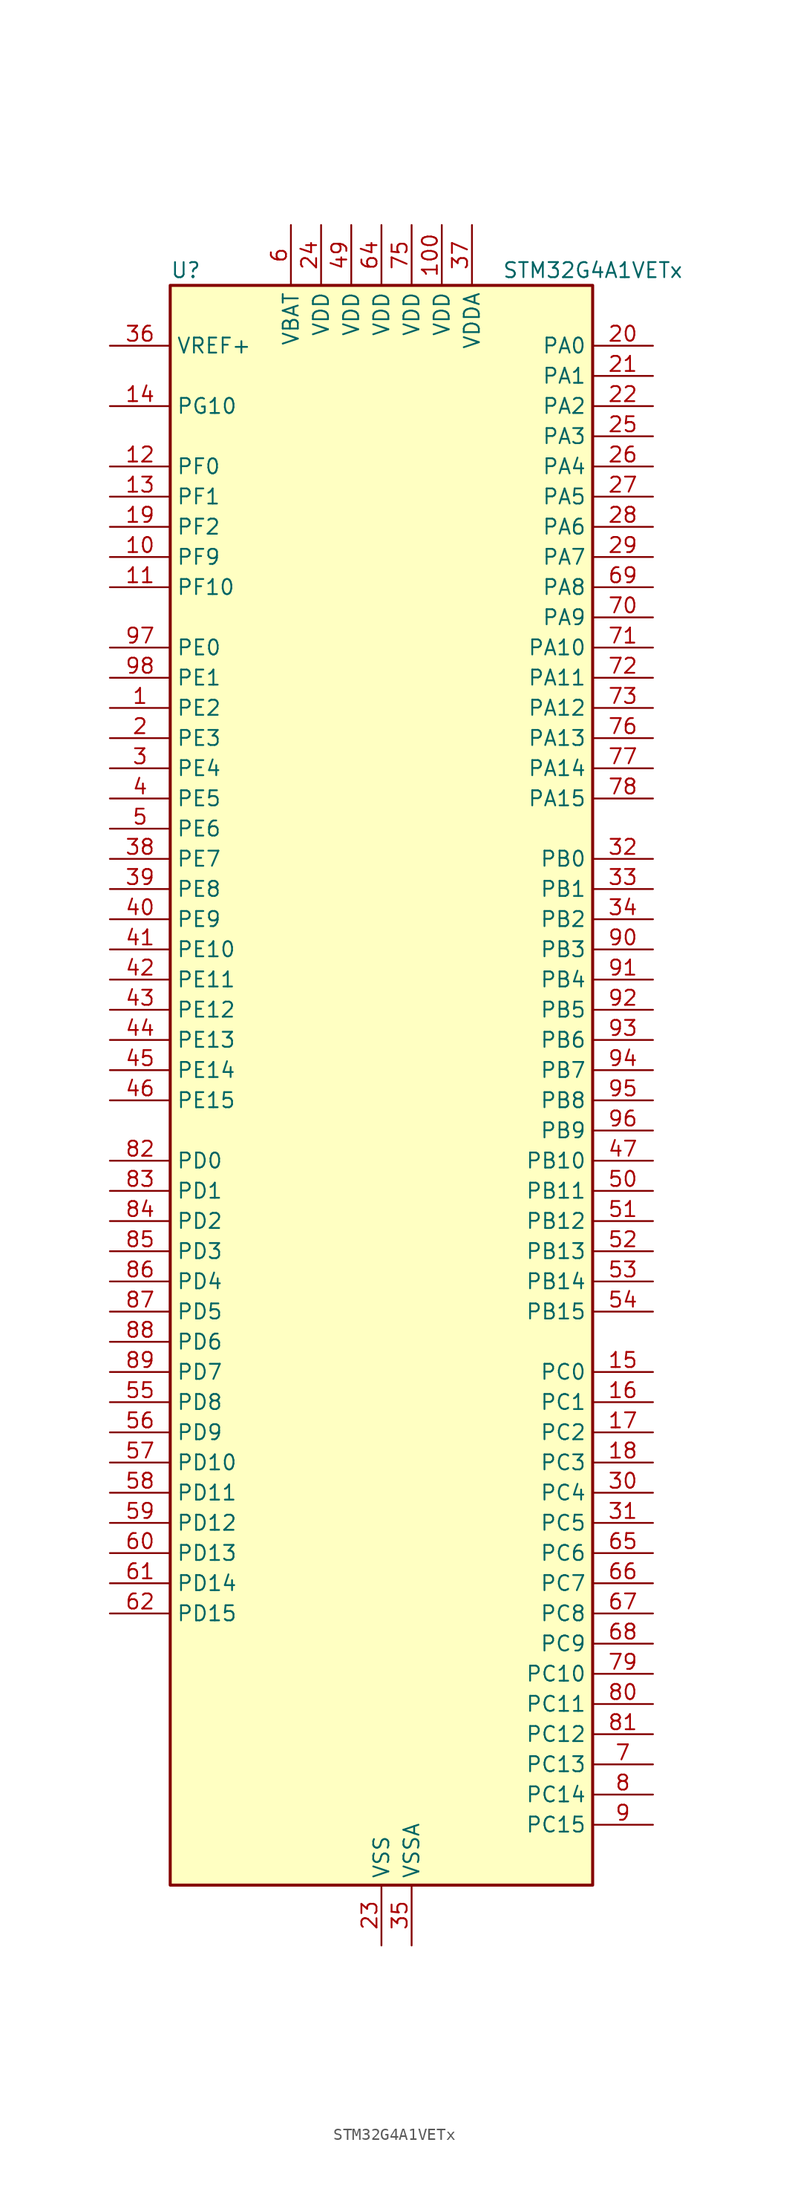
<source format=kicad_sym>
(kicad_symbol_lib
  (version 20241209)
  (generator "kicad_symbol_editor")
  (generator_version "9.0")
  (symbol "STM32G4A1VETx"
    (property "Reference" "U"
      (at -17.78 69.85 0)
      (effects (font (size 1.27 1.27)) (justify left)))
    (property "Value" "STM32G4A1VETx"
      (at 10.16 69.85 0)
      (effects (font (size 1.27 1.27)) (justify left)))
    (symbol "STM32G4A1VETx_0_1"
      (rectangle (start -17.78 -66.04) (end 17.78 68.58) (stroke (width 0.254) (type default)) (fill (type background))))
    (symbol "STM32G4A1VETx_1_1"
      (pin input line (at -22.86 63.5 0) (length 5.08) (name "VREF+" (effects (font (size 1.27 1.27)))) (number "36" (effects (font (size 1.27 1.27)))) (alternate "VREFBUF_OUT" bidirectional line))
      (pin bidirectional line (at -22.86 58.42 0) (length 5.08) (name "PG10" (effects (font (size 1.27 1.27)))) (number "14" (effects (font (size 1.27 1.27)))) (alternate "DAC1_EXTI10" bidirectional line) (alternate "DAC3_EXTI10" bidirectional line) (alternate "RCC_MCO" bidirectional line))
      (pin bidirectional line (at -22.86 53.34 0) (length 5.08) (name "PF0" (effects (font (size 1.27 1.27)))) (number "12" (effects (font (size 1.27 1.27)))) (alternate "ADC1_IN10" bidirectional line) (alternate "I2C2_SDA" bidirectional line) (alternate "I2S2_WS" bidirectional line) (alternate "RCC_OSC_IN" bidirectional line) (alternate "SPI2_NSS" bidirectional line) (alternate "TIM1_CH3N" bidirectional line))
      (pin bidirectional line (at -22.86 50.8 0) (length 5.08) (name "PF1" (effects (font (size 1.27 1.27)))) (number "13" (effects (font (size 1.27 1.27)))) (alternate "ADC2_IN10" bidirectional line) (alternate "COMP3_INM" bidirectional line) (alternate "I2S2_CK" bidirectional line) (alternate "RCC_OSC_OUT" bidirectional line) (alternate "SPI2_SCK" bidirectional line))
      (pin bidirectional line (at -22.86 48.26 0) (length 5.08) (name "PF2" (effects (font (size 1.27 1.27)))) (number "19" (effects (font (size 1.27 1.27)))) (alternate "ADC3_EXTI2" bidirectional line) (alternate "I2C2_SMBA" bidirectional line) (alternate "TIM20_CH3" bidirectional line))
      (pin bidirectional line (at -22.86 45.72 0) (length 5.08) (name "PF9" (effects (font (size 1.27 1.27)))) (number "10" (effects (font (size 1.27 1.27)))) (alternate "DAC1_EXTI9" bidirectional line) (alternate "DAC3_EXTI9" bidirectional line) (alternate "QUADSPI1_BK1_IO1" bidirectional line) (alternate "SAI1_FS_B" bidirectional line) (alternate "SPI2_SCK" bidirectional line) (alternate "TIM15_CH1" bidirectional line) (alternate "TIM20_BKIN" bidirectional line))
      (pin bidirectional line (at -22.86 43.18 0) (length 5.08) (name "PF10" (effects (font (size 1.27 1.27)))) (number "11" (effects (font (size 1.27 1.27)))) (alternate "DAC1_EXTI10" bidirectional line) (alternate "DAC3_EXTI10" bidirectional line) (alternate "QUADSPI1_CLK" bidirectional line) (alternate "SAI1_D3" bidirectional line) (alternate "SPI2_SCK" bidirectional line) (alternate "TIM15_CH2" bidirectional line) (alternate "TIM20_BKIN2" bidirectional line))
      (pin bidirectional line (at -22.86 38.1 0) (length 5.08) (name "PE0" (effects (font (size 1.27 1.27)))) (number "97" (effects (font (size 1.27 1.27)))) (alternate "TIM16_CH1" bidirectional line) (alternate "TIM20_CH4N" bidirectional line) (alternate "TIM20_ETR" bidirectional line) (alternate "TIM4_ETR" bidirectional line) (alternate "USART1_TX" bidirectional line))
      (pin bidirectional line (at -22.86 35.56 0) (length 5.08) (name "PE1" (effects (font (size 1.27 1.27)))) (number "98" (effects (font (size 1.27 1.27)))) (alternate "TIM17_CH1" bidirectional line) (alternate "TIM20_CH4" bidirectional line) (alternate "USART1_RX" bidirectional line))
      (pin bidirectional line (at -22.86 33.02 0) (length 5.08) (name "PE2" (effects (font (size 1.27 1.27)))) (number "1" (effects (font (size 1.27 1.27)))) (alternate "ADC3_EXTI2" bidirectional line) (alternate "SAI1_CK1" bidirectional line) (alternate "SAI1_MCLK_A" bidirectional line) (alternate "SYS_TRACECLK" bidirectional line) (alternate "TIM20_CH1" bidirectional line) (alternate "TIM3_CH1" bidirectional line))
      (pin bidirectional line (at -22.86 30.48 0) (length 5.08) (name "PE3" (effects (font (size 1.27 1.27)))) (number "2" (effects (font (size 1.27 1.27)))) (alternate "ADC3_EXTI3" bidirectional line) (alternate "SAI1_SD_B" bidirectional line) (alternate "SYS_TRACED0" bidirectional line) (alternate "TIM20_CH2" bidirectional line) (alternate "TIM3_CH2" bidirectional line))
      (pin bidirectional line (at -22.86 27.94 0) (length 5.08) (name "PE4" (effects (font (size 1.27 1.27)))) (number "3" (effects (font (size 1.27 1.27)))) (alternate "SAI1_D2" bidirectional line) (alternate "SAI1_FS_A" bidirectional line) (alternate "SYS_TRACED1" bidirectional line) (alternate "TIM20_CH1N" bidirectional line) (alternate "TIM3_CH3" bidirectional line))
      (pin bidirectional line (at -22.86 25.4 0) (length 5.08) (name "PE5" (effects (font (size 1.27 1.27)))) (number "4" (effects (font (size 1.27 1.27)))) (alternate "SAI1_CK2" bidirectional line) (alternate "SAI1_SCK_A" bidirectional line) (alternate "SYS_TRACED2" bidirectional line) (alternate "TIM20_CH2N" bidirectional line) (alternate "TIM3_CH4" bidirectional line))
      (pin bidirectional line (at -22.86 22.86 0) (length 5.08) (name "PE6" (effects (font (size 1.27 1.27)))) (number "5" (effects (font (size 1.27 1.27)))) (alternate "RTC_TAMP3" bidirectional line) (alternate "SAI1_D1" bidirectional line) (alternate "SAI1_SD_A" bidirectional line) (alternate "SYS_TRACED3" bidirectional line) (alternate "SYS_WKUP3" bidirectional line) (alternate "TIM20_CH3N" bidirectional line))
      (pin bidirectional line (at -22.86 20.32 0) (length 5.08) (name "PE7" (effects (font (size 1.27 1.27)))) (number "38" (effects (font (size 1.27 1.27)))) (alternate "ADC3_IN4" bidirectional line) (alternate "COMP4_INP" bidirectional line) (alternate "SAI1_SD_B" bidirectional line) (alternate "TIM1_ETR" bidirectional line))
      (pin bidirectional line (at -22.86 17.78 0) (length 5.08) (name "PE8" (effects (font (size 1.27 1.27)))) (number "39" (effects (font (size 1.27 1.27)))) (alternate "ADC3_IN6" bidirectional line) (alternate "COMP4_INM" bidirectional line) (alternate "SAI1_SCK_B" bidirectional line) (alternate "TIM1_CH1N" bidirectional line))
      (pin bidirectional line (at -22.86 15.24 0) (length 5.08) (name "PE9" (effects (font (size 1.27 1.27)))) (number "40" (effects (font (size 1.27 1.27)))) (alternate "ADC3_IN2" bidirectional line) (alternate "DAC1_EXTI9" bidirectional line) (alternate "DAC3_EXTI9" bidirectional line) (alternate "SAI1_FS_B" bidirectional line) (alternate "TIM1_CH1" bidirectional line))
      (pin bidirectional line (at -22.86 12.7 0) (length 5.08) (name "PE10" (effects (font (size 1.27 1.27)))) (number "41" (effects (font (size 1.27 1.27)))) (alternate "ADC3_IN14" bidirectional line) (alternate "DAC1_EXTI10" bidirectional line) (alternate "DAC3_EXTI10" bidirectional line) (alternate "QUADSPI1_CLK" bidirectional line) (alternate "SAI1_MCLK_B" bidirectional line) (alternate "TIM1_CH2N" bidirectional line))
      (pin bidirectional line (at -22.86 10.16 0) (length 5.08) (name "PE11" (effects (font (size 1.27 1.27)))) (number "42" (effects (font (size 1.27 1.27)))) (alternate "ADC1_EXTI11" bidirectional line) (alternate "ADC2_EXTI11" bidirectional line) (alternate "ADC3_IN15" bidirectional line) (alternate "QUADSPI1_BK1_NCS" bidirectional line) (alternate "TIM1_CH2" bidirectional line))
      (pin bidirectional line (at -22.86 7.62 0) (length 5.08) (name "PE12" (effects (font (size 1.27 1.27)))) (number "43" (effects (font (size 1.27 1.27)))) (alternate "ADC3_IN16" bidirectional line) (alternate "QUADSPI1_BK1_IO0" bidirectional line) (alternate "TIM1_CH3N" bidirectional line))
      (pin bidirectional line (at -22.86 5.08 0) (length 5.08) (name "PE13" (effects (font (size 1.27 1.27)))) (number "44" (effects (font (size 1.27 1.27)))) (alternate "ADC3_IN3" bidirectional line) (alternate "QUADSPI1_BK1_IO1" bidirectional line) (alternate "TIM1_CH3" bidirectional line))
      (pin bidirectional line (at -22.86 2.54 0) (length 5.08) (name "PE14" (effects (font (size 1.27 1.27)))) (number "45" (effects (font (size 1.27 1.27)))) (alternate "QUADSPI1_BK1_IO2" bidirectional line) (alternate "TIM1_BKIN2" bidirectional line) (alternate "TIM1_CH4" bidirectional line))
      (pin bidirectional line (at -22.86 0 0) (length 5.08) (name "PE15" (effects (font (size 1.27 1.27)))) (number "46" (effects (font (size 1.27 1.27)))) (alternate "ADC1_EXTI15" bidirectional line) (alternate "ADC2_EXTI15" bidirectional line) (alternate "QUADSPI1_BK1_IO3" bidirectional line) (alternate "TIM1_BKIN" bidirectional line) (alternate "TIM1_CH4N" bidirectional line) (alternate "USART3_RX" bidirectional line))
      (pin bidirectional line (at -22.86 -5.08 0) (length 5.08) (name "PD0" (effects (font (size 1.27 1.27)))) (number "82" (effects (font (size 1.27 1.27)))) (alternate "FDCAN1_RX" bidirectional line) (alternate "TIM8_CH4N" bidirectional line))
      (pin bidirectional line (at -22.86 -7.62 0) (length 5.08) (name "PD1" (effects (font (size 1.27 1.27)))) (number "83" (effects (font (size 1.27 1.27)))) (alternate "FDCAN1_TX" bidirectional line) (alternate "TIM8_BKIN2" bidirectional line) (alternate "TIM8_CH4" bidirectional line))
      (pin bidirectional line (at -22.86 -10.16 0) (length 5.08) (name "PD2" (effects (font (size 1.27 1.27)))) (number "84" (effects (font (size 1.27 1.27)))) (alternate "ADC3_EXTI2" bidirectional line) (alternate "TIM3_ETR" bidirectional line) (alternate "TIM8_BKIN" bidirectional line) (alternate "UART5_RX" bidirectional line))
      (pin bidirectional line (at -22.86 -12.7 0) (length 5.08) (name "PD3" (effects (font (size 1.27 1.27)))) (number "85" (effects (font (size 1.27 1.27)))) (alternate "ADC3_EXTI3" bidirectional line) (alternate "QUADSPI1_BK2_NCS" bidirectional line) (alternate "TIM2_CH1" bidirectional line) (alternate "TIM2_ETR" bidirectional line) (alternate "USART2_CTS" bidirectional line) (alternate "USART2_NSS" bidirectional line))
      (pin bidirectional line (at -22.86 -15.24 0) (length 5.08) (name "PD4" (effects (font (size 1.27 1.27)))) (number "86" (effects (font (size 1.27 1.27)))) (alternate "QUADSPI1_BK2_IO0" bidirectional line) (alternate "TIM2_CH2" bidirectional line) (alternate "USART2_DE" bidirectional line) (alternate "USART2_RTS" bidirectional line))
      (pin bidirectional line (at -22.86 -17.78 0) (length 5.08) (name "PD5" (effects (font (size 1.27 1.27)))) (number "87" (effects (font (size 1.27 1.27)))) (alternate "QUADSPI1_BK2_IO1" bidirectional line) (alternate "USART2_TX" bidirectional line))
      (pin bidirectional line (at -22.86 -20.32 0) (length 5.08) (name "PD6" (effects (font (size 1.27 1.27)))) (number "88" (effects (font (size 1.27 1.27)))) (alternate "QUADSPI1_BK2_IO2" bidirectional line) (alternate "SAI1_D1" bidirectional line) (alternate "SAI1_SD_A" bidirectional line) (alternate "TIM2_CH4" bidirectional line) (alternate "USART2_RX" bidirectional line))
      (pin bidirectional line (at -22.86 -22.86 0) (length 5.08) (name "PD7" (effects (font (size 1.27 1.27)))) (number "89" (effects (font (size 1.27 1.27)))) (alternate "QUADSPI1_BK2_IO3" bidirectional line) (alternate "TIM2_CH3" bidirectional line) (alternate "USART2_CK" bidirectional line))
      (pin bidirectional line (at -22.86 -25.4 0) (length 5.08) (name "PD8" (effects (font (size 1.27 1.27)))) (number "55" (effects (font (size 1.27 1.27)))) (alternate "USART3_TX" bidirectional line))
      (pin bidirectional line (at -22.86 -27.94 0) (length 5.08) (name "PD9" (effects (font (size 1.27 1.27)))) (number "56" (effects (font (size 1.27 1.27)))) (alternate "DAC1_EXTI9" bidirectional line) (alternate "DAC3_EXTI9" bidirectional line) (alternate "OPAMP6_VINP" bidirectional line) (alternate "OPAMP6_VINP_SEC" bidirectional line) (alternate "USART3_RX" bidirectional line))
      (pin bidirectional line (at -22.86 -30.48 0) (length 5.08) (name "PD10" (effects (font (size 1.27 1.27)))) (number "57" (effects (font (size 1.27 1.27)))) (alternate "ADC3_IN7" bidirectional line) (alternate "DAC1_EXTI10" bidirectional line) (alternate "DAC3_EXTI10" bidirectional line) (alternate "USART3_CK" bidirectional line))
      (pin bidirectional line (at -22.86 -33.02 0) (length 5.08) (name "PD11" (effects (font (size 1.27 1.27)))) (number "58" (effects (font (size 1.27 1.27)))) (alternate "ADC1_EXTI11" bidirectional line) (alternate "ADC2_EXTI11" bidirectional line) (alternate "ADC3_IN8" bidirectional line) (alternate "USART3_CTS" bidirectional line) (alternate "USART3_NSS" bidirectional line))
      (pin bidirectional line (at -22.86 -35.56 0) (length 5.08) (name "PD12" (effects (font (size 1.27 1.27)))) (number "59" (effects (font (size 1.27 1.27)))) (alternate "ADC3_IN9" bidirectional line) (alternate "TIM4_CH1" bidirectional line) (alternate "USART3_DE" bidirectional line) (alternate "USART3_RTS" bidirectional line))
      (pin bidirectional line (at -22.86 -38.1 0) (length 5.08) (name "PD13" (effects (font (size 1.27 1.27)))) (number "60" (effects (font (size 1.27 1.27)))) (alternate "ADC3_IN10" bidirectional line) (alternate "TIM4_CH2" bidirectional line))
      (pin bidirectional line (at -22.86 -40.64 0) (length 5.08) (name "PD14" (effects (font (size 1.27 1.27)))) (number "61" (effects (font (size 1.27 1.27)))) (alternate "ADC3_IN11" bidirectional line) (alternate "OPAMP2_VINP" bidirectional line) (alternate "OPAMP2_VINP_SEC" bidirectional line) (alternate "TIM4_CH3" bidirectional line))
      (pin bidirectional line (at -22.86 -43.18 0) (length 5.08) (name "PD15" (effects (font (size 1.27 1.27)))) (number "62" (effects (font (size 1.27 1.27)))) (alternate "ADC1_EXTI15" bidirectional line) (alternate "ADC2_EXTI15" bidirectional line) (alternate "SPI2_NSS" bidirectional line) (alternate "TIM4_CH4" bidirectional line))
      (pin power_in line (at -7.62 73.66 270) (length 5.08) (name "VBAT" (effects (font (size 1.27 1.27)))) (number "6" (effects (font (size 1.27 1.27)))))
      (pin power_in line (at -5.08 73.66 270) (length 5.08) (name "VDD" (effects (font (size 1.27 1.27)))) (number "24" (effects (font (size 1.27 1.27)))))
      (pin power_in line (at -2.54 73.66 270) (length 5.08) (name "VDD" (effects (font (size 1.27 1.27)))) (number "49" (effects (font (size 1.27 1.27)))))
      (pin power_in line (at 0 73.66 270) (length 5.08) (name "VDD" (effects (font (size 1.27 1.27)))) (number "64" (effects (font (size 1.27 1.27)))))
      (pin power_in line (at 0 -71.12 90) (length 5.08) (name "VSS" (effects (font (size 1.27 1.27)))) (number "23" (effects (font (size 1.27 1.27)))))
      (pin passive line (at 0 -71.12 90) (length 5.08) (hide yes) (name "VSS" (effects (font (size 1.27 1.27)))) (number "48" (effects (font (size 1.27 1.27)))))
      (pin passive line (at 0 -71.12 90) (length 5.08) (hide yes) (name "VSS" (effects (font (size 1.27 1.27)))) (number "63" (effects (font (size 1.27 1.27)))))
      (pin passive line (at 0 -71.12 90) (length 5.08) (hide yes) (name "VSS" (effects (font (size 1.27 1.27)))) (number "74" (effects (font (size 1.27 1.27)))))
      (pin passive line (at 0 -71.12 90) (length 5.08) (hide yes) (name "VSS" (effects (font (size 1.27 1.27)))) (number "99" (effects (font (size 1.27 1.27)))))
      (pin power_in line (at 2.54 73.66 270) (length 5.08) (name "VDD" (effects (font (size 1.27 1.27)))) (number "75" (effects (font (size 1.27 1.27)))))
      (pin power_in line (at 2.54 -71.12 90) (length 5.08) (name "VSSA" (effects (font (size 1.27 1.27)))) (number "35" (effects (font (size 1.27 1.27)))))
      (pin power_in line (at 5.08 73.66 270) (length 5.08) (name "VDD" (effects (font (size 1.27 1.27)))) (number "100" (effects (font (size 1.27 1.27)))))
      (pin power_in line (at 7.62 73.66 270) (length 5.08) (name "VDDA" (effects (font (size 1.27 1.27)))) (number "37" (effects (font (size 1.27 1.27)))))
      (pin bidirectional line (at 22.86 63.5 180) (length 5.08) (name "PA0" (effects (font (size 1.27 1.27)))) (number "20" (effects (font (size 1.27 1.27)))) (alternate "ADC1_IN1" bidirectional line) (alternate "ADC2_IN1" bidirectional line) (alternate "COMP1_INM" bidirectional line) (alternate "COMP1_OUT" bidirectional line) (alternate "COMP3_INP" bidirectional line) (alternate "RTC_TAMP2" bidirectional line) (alternate "SYS_WKUP1" bidirectional line) (alternate "TIM2_CH1" bidirectional line) (alternate "TIM2_ETR" bidirectional line) (alternate "TIM8_BKIN" bidirectional line) (alternate "TIM8_ETR" bidirectional line) (alternate "USART2_CTS" bidirectional line) (alternate "USART2_NSS" bidirectional line))
      (pin bidirectional line (at 22.86 60.96 180) (length 5.08) (name "PA1" (effects (font (size 1.27 1.27)))) (number "21" (effects (font (size 1.27 1.27)))) (alternate "ADC1_IN2" bidirectional line) (alternate "ADC2_IN2" bidirectional line) (alternate "COMP1_INP" bidirectional line) (alternate "OPAMP1_VINP" bidirectional line) (alternate "OPAMP1_VINP_SEC" bidirectional line) (alternate "OPAMP3_VINP" bidirectional line) (alternate "OPAMP3_VINP_SEC" bidirectional line) (alternate "OPAMP6_VINM" bidirectional line) (alternate "OPAMP6_VINM0" bidirectional line) (alternate "OPAMP6_VINM_SEC" bidirectional line) (alternate "RTC_REFIN" bidirectional line) (alternate "TIM15_CH1N" bidirectional line) (alternate "TIM2_CH2" bidirectional line) (alternate "USART2_DE" bidirectional line) (alternate "USART2_RTS" bidirectional line))
      (pin bidirectional line (at 22.86 58.42 180) (length 5.08) (name "PA2" (effects (font (size 1.27 1.27)))) (number "22" (effects (font (size 1.27 1.27)))) (alternate "ADC1_IN3" bidirectional line) (alternate "ADC3_EXTI2" bidirectional line) (alternate "COMP2_INM" bidirectional line) (alternate "COMP2_OUT" bidirectional line) (alternate "LPUART1_TX" bidirectional line) (alternate "OPAMP1_VOUT" bidirectional line) (alternate "QUADSPI1_BK1_NCS" bidirectional line) (alternate "RCC_LSCO" bidirectional line) (alternate "SYS_WKUP4" bidirectional line) (alternate "TIM15_CH1" bidirectional line) (alternate "TIM2_CH3" bidirectional line) (alternate "UCPD1_FRSTX1" bidirectional line) (alternate "UCPD1_FRSTX2" bidirectional line) (alternate "USART2_TX" bidirectional line))
      (pin bidirectional line (at 22.86 55.88 180) (length 5.08) (name "PA3" (effects (font (size 1.27 1.27)))) (number "25" (effects (font (size 1.27 1.27)))) (alternate "ADC1_IN4" bidirectional line) (alternate "ADC3_EXTI3" bidirectional line) (alternate "COMP2_INP" bidirectional line) (alternate "LPUART1_RX" bidirectional line) (alternate "OPAMP1_VINM" bidirectional line) (alternate "OPAMP1_VINM0" bidirectional line) (alternate "OPAMP1_VINM_SEC" bidirectional line) (alternate "OPAMP1_VINP" bidirectional line) (alternate "OPAMP1_VINP_SEC" bidirectional line) (alternate "QUADSPI1_CLK" bidirectional line) (alternate "SAI1_CK1" bidirectional line) (alternate "SAI1_MCLK_A" bidirectional line) (alternate "TIM15_CH2" bidirectional line) (alternate "TIM2_CH4" bidirectional line) (alternate "USART2_RX" bidirectional line))
      (pin bidirectional line (at 22.86 53.34 180) (length 5.08) (name "PA4" (effects (font (size 1.27 1.27)))) (number "26" (effects (font (size 1.27 1.27)))) (alternate "ADC2_IN17" bidirectional line) (alternate "COMP1_INM" bidirectional line) (alternate "DAC1_OUT1" bidirectional line) (alternate "I2S3_WS" bidirectional line) (alternate "SAI1_FS_B" bidirectional line) (alternate "SPI1_NSS" bidirectional line) (alternate "SPI3_NSS" bidirectional line) (alternate "TIM3_CH2" bidirectional line) (alternate "USART2_CK" bidirectional line))
      (pin bidirectional line (at 22.86 50.8 180) (length 5.08) (name "PA5" (effects (font (size 1.27 1.27)))) (number "27" (effects (font (size 1.27 1.27)))) (alternate "ADC2_IN13" bidirectional line) (alternate "COMP2_INM" bidirectional line) (alternate "DAC1_OUT2" bidirectional line) (alternate "OPAMP2_VINM" bidirectional line) (alternate "OPAMP2_VINM0" bidirectional line) (alternate "OPAMP2_VINM_SEC" bidirectional line) (alternate "SPI1_SCK" bidirectional line) (alternate "TIM2_CH1" bidirectional line) (alternate "TIM2_ETR" bidirectional line) (alternate "UCPD1_FRSTX1" bidirectional line) (alternate "UCPD1_FRSTX2" bidirectional line))
      (pin bidirectional line (at 22.86 48.26 180) (length 5.08) (name "PA6" (effects (font (size 1.27 1.27)))) (number "28" (effects (font (size 1.27 1.27)))) (alternate "ADC2_IN3" bidirectional line) (alternate "COMP1_OUT" bidirectional line) (alternate "LPUART1_CTS" bidirectional line) (alternate "OPAMP2_VOUT" bidirectional line) (alternate "QUADSPI1_BK1_IO3" bidirectional line) (alternate "SPI1_MISO" bidirectional line) (alternate "TIM16_CH1" bidirectional line) (alternate "TIM1_BKIN" bidirectional line) (alternate "TIM3_CH1" bidirectional line) (alternate "TIM8_BKIN" bidirectional line))
      (pin bidirectional line (at 22.86 45.72 180) (length 5.08) (name "PA7" (effects (font (size 1.27 1.27)))) (number "29" (effects (font (size 1.27 1.27)))) (alternate "ADC2_IN4" bidirectional line) (alternate "COMP2_INP" bidirectional line) (alternate "COMP2_OUT" bidirectional line) (alternate "OPAMP1_VINP" bidirectional line) (alternate "OPAMP1_VINP_SEC" bidirectional line) (alternate "OPAMP2_VINP" bidirectional line) (alternate "OPAMP2_VINP_SEC" bidirectional line) (alternate "QUADSPI1_BK1_IO2" bidirectional line) (alternate "SPI1_MOSI" bidirectional line) (alternate "TIM17_CH1" bidirectional line) (alternate "TIM1_CH1N" bidirectional line) (alternate "TIM3_CH2" bidirectional line) (alternate "TIM8_CH1N" bidirectional line) (alternate "UCPD1_FRSTX1" bidirectional line) (alternate "UCPD1_FRSTX2" bidirectional line))
      (pin bidirectional line (at 22.86 43.18 180) (length 5.08) (name "PA8" (effects (font (size 1.27 1.27)))) (number "69" (effects (font (size 1.27 1.27)))) (alternate "I2C2_SDA" bidirectional line) (alternate "I2C3_SCL" bidirectional line) (alternate "I2S2_MCK" bidirectional line) (alternate "RCC_MCO" bidirectional line) (alternate "SAI1_CK2" bidirectional line) (alternate "SAI1_SCK_A" bidirectional line) (alternate "TIM1_CH1" bidirectional line) (alternate "TIM4_ETR" bidirectional line) (alternate "USART1_CK" bidirectional line))
      (pin bidirectional line (at 22.86 40.64 180) (length 5.08) (name "PA9" (effects (font (size 1.27 1.27)))) (number "70" (effects (font (size 1.27 1.27)))) (alternate "DAC1_EXTI9" bidirectional line) (alternate "DAC3_EXTI9" bidirectional line) (alternate "I2C2_SCL" bidirectional line) (alternate "I2C3_SMBA" bidirectional line) (alternate "I2S3_MCK" bidirectional line) (alternate "SAI1_FS_A" bidirectional line) (alternate "TIM15_BKIN" bidirectional line) (alternate "TIM1_CH2" bidirectional line) (alternate "TIM2_CH3" bidirectional line) (alternate "UCPD1_DBCC1" bidirectional line) (alternate "USART1_TX" bidirectional line))
      (pin bidirectional line (at 22.86 38.1 180) (length 5.08) (name "PA10" (effects (font (size 1.27 1.27)))) (number "71" (effects (font (size 1.27 1.27)))) (alternate "CRS_SYNC" bidirectional line) (alternate "DAC1_EXTI10" bidirectional line) (alternate "DAC3_EXTI10" bidirectional line) (alternate "I2C2_SMBA" bidirectional line) (alternate "SAI1_D1" bidirectional line) (alternate "SAI1_SD_A" bidirectional line) (alternate "SPI2_MISO" bidirectional line) (alternate "TIM17_BKIN" bidirectional line) (alternate "TIM1_CH3" bidirectional line) (alternate "TIM2_CH4" bidirectional line) (alternate "TIM8_BKIN" bidirectional line) (alternate "UCPD1_DBCC2" bidirectional line) (alternate "USART1_RX" bidirectional line))
      (pin bidirectional line (at 22.86 35.56 180) (length 5.08) (name "PA11" (effects (font (size 1.27 1.27)))) (number "72" (effects (font (size 1.27 1.27)))) (alternate "ADC1_EXTI11" bidirectional line) (alternate "ADC2_EXTI11" bidirectional line) (alternate "COMP1_OUT" bidirectional line) (alternate "FDCAN1_RX" bidirectional line) (alternate "I2S2_SD" bidirectional line) (alternate "SPI2_MOSI" bidirectional line) (alternate "TIM1_BKIN2" bidirectional line) (alternate "TIM1_CH1N" bidirectional line) (alternate "TIM1_CH4" bidirectional line) (alternate "TIM4_CH1" bidirectional line) (alternate "USART1_CTS" bidirectional line) (alternate "USART1_NSS" bidirectional line) (alternate "USB_DM" bidirectional line))
      (pin bidirectional line (at 22.86 33.02 180) (length 5.08) (name "PA12" (effects (font (size 1.27 1.27)))) (number "73" (effects (font (size 1.27 1.27)))) (alternate "COMP2_OUT" bidirectional line) (alternate "FDCAN1_TX" bidirectional line) (alternate "I2S_CKIN" bidirectional line) (alternate "TIM16_CH1" bidirectional line) (alternate "TIM1_CH2N" bidirectional line) (alternate "TIM1_ETR" bidirectional line) (alternate "TIM4_CH2" bidirectional line) (alternate "USART1_DE" bidirectional line) (alternate "USART1_RTS" bidirectional line) (alternate "USB_DP" bidirectional line))
      (pin bidirectional line (at 22.86 30.48 180) (length 5.08) (name "PA13" (effects (font (size 1.27 1.27)))) (number "76" (effects (font (size 1.27 1.27)))) (alternate "I2C1_SCL" bidirectional line) (alternate "IR_OUT" bidirectional line) (alternate "SAI1_SD_B" bidirectional line) (alternate "SYS_JTMS-SWDIO" bidirectional line) (alternate "TIM16_CH1N" bidirectional line) (alternate "TIM4_CH3" bidirectional line) (alternate "USART3_CTS" bidirectional line) (alternate "USART3_NSS" bidirectional line))
      (pin bidirectional line (at 22.86 27.94 180) (length 5.08) (name "PA14" (effects (font (size 1.27 1.27)))) (number "77" (effects (font (size 1.27 1.27)))) (alternate "I2C1_SDA" bidirectional line) (alternate "LPTIM1_OUT" bidirectional line) (alternate "SAI1_FS_B" bidirectional line) (alternate "SYS_JTCK-SWCLK" bidirectional line) (alternate "TIM1_BKIN" bidirectional line) (alternate "TIM8_CH2" bidirectional line) (alternate "USART2_TX" bidirectional line))
      (pin bidirectional line (at 22.86 25.4 180) (length 5.08) (name "PA15" (effects (font (size 1.27 1.27)))) (number "78" (effects (font (size 1.27 1.27)))) (alternate "ADC1_EXTI15" bidirectional line) (alternate "ADC2_EXTI15" bidirectional line) (alternate "I2C1_SCL" bidirectional line) (alternate "I2S3_WS" bidirectional line) (alternate "SPI1_NSS" bidirectional line) (alternate "SPI3_NSS" bidirectional line) (alternate "SYS_JTDI" bidirectional line) (alternate "TIM1_BKIN" bidirectional line) (alternate "TIM20_ETR" bidirectional line) (alternate "TIM2_CH1" bidirectional line) (alternate "TIM2_ETR" bidirectional line) (alternate "TIM8_CH1" bidirectional line) (alternate "UART4_DE" bidirectional line) (alternate "UART4_RTS" bidirectional line) (alternate "USART2_RX" bidirectional line))
      (pin bidirectional line (at 22.86 20.32 180) (length 5.08) (name "PB0" (effects (font (size 1.27 1.27)))) (number "32" (effects (font (size 1.27 1.27)))) (alternate "ADC1_IN15" bidirectional line) (alternate "ADC3_IN12" bidirectional line) (alternate "COMP4_INP" bidirectional line) (alternate "OPAMP2_VINP" bidirectional line) (alternate "OPAMP2_VINP_SEC" bidirectional line) (alternate "OPAMP3_VINP" bidirectional line) (alternate "OPAMP3_VINP_SEC" bidirectional line) (alternate "QUADSPI1_BK1_IO1" bidirectional line) (alternate "TIM1_CH2N" bidirectional line) (alternate "TIM3_CH3" bidirectional line) (alternate "TIM8_CH2N" bidirectional line) (alternate "UCPD1_FRSTX1" bidirectional line) (alternate "UCPD1_FRSTX2" bidirectional line))
      (pin bidirectional line (at 22.86 17.78 180) (length 5.08) (name "PB1" (effects (font (size 1.27 1.27)))) (number "33" (effects (font (size 1.27 1.27)))) (alternate "ADC1_IN12" bidirectional line) (alternate "ADC3_IN1" bidirectional line) (alternate "COMP1_INP" bidirectional line) (alternate "COMP4_OUT" bidirectional line) (alternate "LPUART1_DE" bidirectional line) (alternate "LPUART1_RTS" bidirectional line) (alternate "OPAMP3_VOUT" bidirectional line) (alternate "OPAMP6_VINM" bidirectional line) (alternate "OPAMP6_VINM1" bidirectional line) (alternate "OPAMP6_VINM_SEC" bidirectional line) (alternate "QUADSPI1_BK1_IO0" bidirectional line) (alternate "TIM1_CH3N" bidirectional line) (alternate "TIM3_CH4" bidirectional line) (alternate "TIM8_CH3N" bidirectional line))
      (pin bidirectional line (at 22.86 15.24 180) (length 5.08) (name "PB2" (effects (font (size 1.27 1.27)))) (number "34" (effects (font (size 1.27 1.27)))) (alternate "ADC2_IN12" bidirectional line) (alternate "ADC3_EXTI2" bidirectional line) (alternate "COMP4_INM" bidirectional line) (alternate "I2C3_SMBA" bidirectional line) (alternate "LPTIM1_OUT" bidirectional line) (alternate "OPAMP3_VINM" bidirectional line) (alternate "OPAMP3_VINM0" bidirectional line) (alternate "OPAMP3_VINM_SEC" bidirectional line) (alternate "QUADSPI1_BK2_IO1" bidirectional line) (alternate "RTC_OUT2" bidirectional line) (alternate "TIM20_CH1" bidirectional line))
      (pin bidirectional line (at 22.86 12.7 180) (length 5.08) (name "PB3" (effects (font (size 1.27 1.27)))) (number "90" (effects (font (size 1.27 1.27)))) (alternate "ADC3_EXTI3" bidirectional line) (alternate "CRS_SYNC" bidirectional line) (alternate "I2S3_CK" bidirectional line) (alternate "SAI1_SCK_B" bidirectional line) (alternate "SPI1_SCK" bidirectional line) (alternate "SPI3_SCK" bidirectional line) (alternate "SYS_JTDO-SWO" bidirectional line) (alternate "TIM2_CH2" bidirectional line) (alternate "TIM3_ETR" bidirectional line) (alternate "TIM4_ETR" bidirectional line) (alternate "TIM8_CH1N" bidirectional line) (alternate "USART2_TX" bidirectional line))
      (pin bidirectional line (at 22.86 10.16 180) (length 5.08) (name "PB4" (effects (font (size 1.27 1.27)))) (number "91" (effects (font (size 1.27 1.27)))) (alternate "SAI1_MCLK_B" bidirectional line) (alternate "SPI1_MISO" bidirectional line) (alternate "SPI3_MISO" bidirectional line) (alternate "SYS_JTRST" bidirectional line) (alternate "TIM16_CH1" bidirectional line) (alternate "TIM17_BKIN" bidirectional line) (alternate "TIM3_CH1" bidirectional line) (alternate "TIM8_CH2N" bidirectional line) (alternate "UART5_DE" bidirectional line) (alternate "UART5_RTS" bidirectional line) (alternate "UCPD1_CC2" bidirectional line) (alternate "USART2_RX" bidirectional line))
      (pin bidirectional line (at 22.86 7.62 180) (length 5.08) (name "PB5" (effects (font (size 1.27 1.27)))) (number "92" (effects (font (size 1.27 1.27)))) (alternate "FDCAN2_RX" bidirectional line) (alternate "I2C1_SMBA" bidirectional line) (alternate "I2C3_SDA" bidirectional line) (alternate "I2S3_SD" bidirectional line) (alternate "LPTIM1_IN1" bidirectional line) (alternate "SAI1_SD_B" bidirectional line) (alternate "SPI1_MOSI" bidirectional line) (alternate "SPI3_MOSI" bidirectional line) (alternate "TIM16_BKIN" bidirectional line) (alternate "TIM17_CH1" bidirectional line) (alternate "TIM3_CH2" bidirectional line) (alternate "TIM8_CH3N" bidirectional line) (alternate "UART5_CTS" bidirectional line) (alternate "USART2_CK" bidirectional line))
      (pin bidirectional line (at 22.86 5.08 180) (length 5.08) (name "PB6" (effects (font (size 1.27 1.27)))) (number "93" (effects (font (size 1.27 1.27)))) (alternate "COMP4_OUT" bidirectional line) (alternate "FDCAN2_TX" bidirectional line) (alternate "LPTIM1_ETR" bidirectional line) (alternate "SAI1_FS_B" bidirectional line) (alternate "TIM16_CH1N" bidirectional line) (alternate "TIM4_CH1" bidirectional line) (alternate "TIM8_BKIN2" bidirectional line) (alternate "TIM8_CH1" bidirectional line) (alternate "TIM8_ETR" bidirectional line) (alternate "UCPD1_CC1" bidirectional line) (alternate "USART1_TX" bidirectional line))
      (pin bidirectional line (at 22.86 2.54 180) (length 5.08) (name "PB7" (effects (font (size 1.27 1.27)))) (number "94" (effects (font (size 1.27 1.27)))) (alternate "COMP3_OUT" bidirectional line) (alternate "I2C1_SDA" bidirectional line) (alternate "LPTIM1_IN2" bidirectional line) (alternate "SYS_PVD_IN" bidirectional line) (alternate "TIM17_CH1N" bidirectional line) (alternate "TIM3_CH4" bidirectional line) (alternate "TIM4_CH2" bidirectional line) (alternate "TIM8_BKIN" bidirectional line) (alternate "UART4_CTS" bidirectional line) (alternate "USART1_RX" bidirectional line))
      (pin bidirectional line (at 22.86 0 180) (length 5.08) (name "PB8" (effects (font (size 1.27 1.27)))) (number "95" (effects (font (size 1.27 1.27)))) (alternate "COMP1_OUT" bidirectional line) (alternate "FDCAN1_RX" bidirectional line) (alternate "I2C1_SCL" bidirectional line) (alternate "SAI1_CK1" bidirectional line) (alternate "SAI1_MCLK_A" bidirectional line) (alternate "TIM16_CH1" bidirectional line) (alternate "TIM1_BKIN" bidirectional line) (alternate "TIM4_CH3" bidirectional line) (alternate "TIM8_CH2" bidirectional line) (alternate "USART3_RX" bidirectional line))
      (pin bidirectional line (at 22.86 -2.54 180) (length 5.08) (name "PB9" (effects (font (size 1.27 1.27)))) (number "96" (effects (font (size 1.27 1.27)))) (alternate "COMP2_OUT" bidirectional line) (alternate "DAC1_EXTI9" bidirectional line) (alternate "DAC3_EXTI9" bidirectional line) (alternate "FDCAN1_TX" bidirectional line) (alternate "I2C1_SDA" bidirectional line) (alternate "IR_OUT" bidirectional line) (alternate "SAI1_D2" bidirectional line) (alternate "SAI1_FS_A" bidirectional line) (alternate "TIM17_CH1" bidirectional line) (alternate "TIM1_CH3N" bidirectional line) (alternate "TIM4_CH4" bidirectional line) (alternate "TIM8_CH3" bidirectional line) (alternate "USART3_TX" bidirectional line))
      (pin bidirectional line (at 22.86 -5.08 180) (length 5.08) (name "PB10" (effects (font (size 1.27 1.27)))) (number "47" (effects (font (size 1.27 1.27)))) (alternate "DAC1_EXTI10" bidirectional line) (alternate "DAC3_EXTI10" bidirectional line) (alternate "LPUART1_RX" bidirectional line) (alternate "OPAMP3_VINM" bidirectional line) (alternate "OPAMP3_VINM1" bidirectional line) (alternate "OPAMP3_VINM_SEC" bidirectional line) (alternate "QUADSPI1_CLK" bidirectional line) (alternate "SAI1_SCK_A" bidirectional line) (alternate "TIM1_BKIN" bidirectional line) (alternate "TIM2_CH3" bidirectional line) (alternate "USART3_TX" bidirectional line))
      (pin bidirectional line (at 22.86 -7.62 180) (length 5.08) (name "PB11" (effects (font (size 1.27 1.27)))) (number "50" (effects (font (size 1.27 1.27)))) (alternate "ADC1_EXTI11" bidirectional line) (alternate "ADC1_IN14" bidirectional line) (alternate "ADC2_EXTI11" bidirectional line) (alternate "ADC2_IN14" bidirectional line) (alternate "LPUART1_TX" bidirectional line) (alternate "OPAMP6_VOUT" bidirectional line) (alternate "QUADSPI1_BK1_NCS" bidirectional line) (alternate "TIM2_CH4" bidirectional line) (alternate "USART3_RX" bidirectional line))
      (pin bidirectional line (at 22.86 -10.16 180) (length 5.08) (name "PB12" (effects (font (size 1.27 1.27)))) (number "51" (effects (font (size 1.27 1.27)))) (alternate "ADC1_IN11" bidirectional line) (alternate "FDCAN2_RX" bidirectional line) (alternate "I2C2_SMBA" bidirectional line) (alternate "I2S2_WS" bidirectional line) (alternate "LPUART1_DE" bidirectional line) (alternate "LPUART1_RTS" bidirectional line) (alternate "OPAMP6_VINP" bidirectional line) (alternate "OPAMP6_VINP_SEC" bidirectional line) (alternate "SPI2_NSS" bidirectional line) (alternate "TIM1_BKIN" bidirectional line) (alternate "USART3_CK" bidirectional line))
      (pin bidirectional line (at 22.86 -12.7 180) (length 5.08) (name "PB13" (effects (font (size 1.27 1.27)))) (number "52" (effects (font (size 1.27 1.27)))) (alternate "ADC3_IN5" bidirectional line) (alternate "FDCAN2_TX" bidirectional line) (alternate "I2S2_CK" bidirectional line) (alternate "LPUART1_CTS" bidirectional line) (alternate "OPAMP3_VINP" bidirectional line) (alternate "OPAMP3_VINP_SEC" bidirectional line) (alternate "OPAMP6_VINP" bidirectional line) (alternate "OPAMP6_VINP_SEC" bidirectional line) (alternate "SPI2_SCK" bidirectional line) (alternate "TIM1_CH1N" bidirectional line) (alternate "USART3_CTS" bidirectional line) (alternate "USART3_NSS" bidirectional line))
      (pin bidirectional line (at 22.86 -15.24 180) (length 5.08) (name "PB14" (effects (font (size 1.27 1.27)))) (number "53" (effects (font (size 1.27 1.27)))) (alternate "ADC1_IN5" bidirectional line) (alternate "COMP4_OUT" bidirectional line) (alternate "OPAMP2_VINP" bidirectional line) (alternate "OPAMP2_VINP_SEC" bidirectional line) (alternate "SPI2_MISO" bidirectional line) (alternate "TIM15_CH1" bidirectional line) (alternate "TIM1_CH2N" bidirectional line) (alternate "USART3_DE" bidirectional line) (alternate "USART3_RTS" bidirectional line))
      (pin bidirectional line (at 22.86 -17.78 180) (length 5.08) (name "PB15" (effects (font (size 1.27 1.27)))) (number "54" (effects (font (size 1.27 1.27)))) (alternate "ADC1_EXTI15" bidirectional line) (alternate "ADC2_EXTI15" bidirectional line) (alternate "ADC2_IN15" bidirectional line) (alternate "COMP3_OUT" bidirectional line) (alternate "I2S2_SD" bidirectional line) (alternate "RTC_REFIN" bidirectional line) (alternate "SPI2_MOSI" bidirectional line) (alternate "TIM15_CH1N" bidirectional line) (alternate "TIM15_CH2" bidirectional line) (alternate "TIM1_CH3N" bidirectional line))
      (pin bidirectional line (at 22.86 -22.86 180) (length 5.08) (name "PC0" (effects (font (size 1.27 1.27)))) (number "15" (effects (font (size 1.27 1.27)))) (alternate "ADC1_IN6" bidirectional line) (alternate "ADC2_IN6" bidirectional line) (alternate "COMP3_INM" bidirectional line) (alternate "LPTIM1_IN1" bidirectional line) (alternate "LPUART1_RX" bidirectional line) (alternate "TIM1_CH1" bidirectional line))
      (pin bidirectional line (at 22.86 -25.4 180) (length 5.08) (name "PC1" (effects (font (size 1.27 1.27)))) (number "16" (effects (font (size 1.27 1.27)))) (alternate "ADC1_IN7" bidirectional line) (alternate "ADC2_IN7" bidirectional line) (alternate "COMP3_INP" bidirectional line) (alternate "LPTIM1_OUT" bidirectional line) (alternate "LPUART1_TX" bidirectional line) (alternate "QUADSPI1_BK2_IO0" bidirectional line) (alternate "SAI1_SD_A" bidirectional line) (alternate "TIM1_CH2" bidirectional line))
      (pin bidirectional line (at 22.86 -27.94 180) (length 5.08) (name "PC2" (effects (font (size 1.27 1.27)))) (number "17" (effects (font (size 1.27 1.27)))) (alternate "ADC1_IN8" bidirectional line) (alternate "ADC2_IN8" bidirectional line) (alternate "ADC3_EXTI2" bidirectional line) (alternate "COMP3_OUT" bidirectional line) (alternate "LPTIM1_IN2" bidirectional line) (alternate "QUADSPI1_BK2_IO1" bidirectional line) (alternate "TIM1_CH3" bidirectional line) (alternate "TIM20_CH2" bidirectional line))
      (pin bidirectional line (at 22.86 -30.48 180) (length 5.08) (name "PC3" (effects (font (size 1.27 1.27)))) (number "18" (effects (font (size 1.27 1.27)))) (alternate "ADC1_IN9" bidirectional line) (alternate "ADC2_IN9" bidirectional line) (alternate "ADC3_EXTI3" bidirectional line) (alternate "LPTIM1_ETR" bidirectional line) (alternate "QUADSPI1_BK2_IO2" bidirectional line) (alternate "SAI1_D1" bidirectional line) (alternate "SAI1_SD_A" bidirectional line) (alternate "TIM1_BKIN2" bidirectional line) (alternate "TIM1_CH4" bidirectional line))
      (pin bidirectional line (at 22.86 -33.02 180) (length 5.08) (name "PC4" (effects (font (size 1.27 1.27)))) (number "30" (effects (font (size 1.27 1.27)))) (alternate "ADC2_IN5" bidirectional line) (alternate "I2C2_SCL" bidirectional line) (alternate "QUADSPI1_BK2_IO3" bidirectional line) (alternate "TIM1_ETR" bidirectional line) (alternate "USART1_TX" bidirectional line))
      (pin bidirectional line (at 22.86 -35.56 180) (length 5.08) (name "PC5" (effects (font (size 1.27 1.27)))) (number "31" (effects (font (size 1.27 1.27)))) (alternate "ADC2_IN11" bidirectional line) (alternate "OPAMP1_VINM" bidirectional line) (alternate "OPAMP1_VINM1" bidirectional line) (alternate "OPAMP1_VINM_SEC" bidirectional line) (alternate "OPAMP2_VINM" bidirectional line) (alternate "OPAMP2_VINM1" bidirectional line) (alternate "OPAMP2_VINM_SEC" bidirectional line) (alternate "SAI1_D3" bidirectional line) (alternate "SYS_WKUP5" bidirectional line) (alternate "TIM15_BKIN" bidirectional line) (alternate "TIM1_CH4N" bidirectional line) (alternate "USART1_RX" bidirectional line))
      (pin bidirectional line (at 22.86 -38.1 180) (length 5.08) (name "PC6" (effects (font (size 1.27 1.27)))) (number "65" (effects (font (size 1.27 1.27)))) (alternate "I2S2_MCK" bidirectional line) (alternate "TIM3_CH1" bidirectional line) (alternate "TIM8_CH1" bidirectional line))
      (pin bidirectional line (at 22.86 -40.64 180) (length 5.08) (name "PC7" (effects (font (size 1.27 1.27)))) (number "66" (effects (font (size 1.27 1.27)))) (alternate "I2S3_MCK" bidirectional line) (alternate "TIM3_CH2" bidirectional line) (alternate "TIM8_CH2" bidirectional line))
      (pin bidirectional line (at 22.86 -43.18 180) (length 5.08) (name "PC8" (effects (font (size 1.27 1.27)))) (number "67" (effects (font (size 1.27 1.27)))) (alternate "I2C3_SCL" bidirectional line) (alternate "TIM20_CH3" bidirectional line) (alternate "TIM3_CH3" bidirectional line) (alternate "TIM8_CH3" bidirectional line))
      (pin bidirectional line (at 22.86 -45.72 180) (length 5.08) (name "PC9" (effects (font (size 1.27 1.27)))) (number "68" (effects (font (size 1.27 1.27)))) (alternate "DAC1_EXTI9" bidirectional line) (alternate "DAC3_EXTI9" bidirectional line) (alternate "I2C3_SDA" bidirectional line) (alternate "I2S_CKIN" bidirectional line) (alternate "TIM3_CH4" bidirectional line) (alternate "TIM8_BKIN2" bidirectional line) (alternate "TIM8_CH4" bidirectional line))
      (pin bidirectional line (at 22.86 -48.26 180) (length 5.08) (name "PC10" (effects (font (size 1.27 1.27)))) (number "79" (effects (font (size 1.27 1.27)))) (alternate "DAC1_EXTI10" bidirectional line) (alternate "DAC3_EXTI10" bidirectional line) (alternate "I2S3_CK" bidirectional line) (alternate "SPI3_SCK" bidirectional line) (alternate "TIM8_CH1N" bidirectional line) (alternate "UART4_TX" bidirectional line) (alternate "USART3_TX" bidirectional line))
      (pin bidirectional line (at 22.86 -50.8 180) (length 5.08) (name "PC11" (effects (font (size 1.27 1.27)))) (number "80" (effects (font (size 1.27 1.27)))) (alternate "ADC1_EXTI11" bidirectional line) (alternate "ADC2_EXTI11" bidirectional line) (alternate "I2C3_SDA" bidirectional line) (alternate "SPI3_MISO" bidirectional line) (alternate "TIM8_CH2N" bidirectional line) (alternate "UART4_RX" bidirectional line) (alternate "USART3_RX" bidirectional line))
      (pin bidirectional line (at 22.86 -53.34 180) (length 5.08) (name "PC12" (effects (font (size 1.27 1.27)))) (number "81" (effects (font (size 1.27 1.27)))) (alternate "I2S3_SD" bidirectional line) (alternate "SPI3_MOSI" bidirectional line) (alternate "TIM8_CH3N" bidirectional line) (alternate "UART5_TX" bidirectional line) (alternate "UCPD1_FRSTX1" bidirectional line) (alternate "UCPD1_FRSTX2" bidirectional line) (alternate "USART3_CK" bidirectional line))
      (pin bidirectional line (at 22.86 -55.88 180) (length 5.08) (name "PC13" (effects (font (size 1.27 1.27)))) (number "7" (effects (font (size 1.27 1.27)))) (alternate "RTC_OUT1" bidirectional line) (alternate "RTC_TAMP1" bidirectional line) (alternate "RTC_TS" bidirectional line) (alternate "SYS_WKUP2" bidirectional line) (alternate "TIM1_BKIN" bidirectional line) (alternate "TIM1_CH1N" bidirectional line) (alternate "TIM8_CH4N" bidirectional line))
      (pin bidirectional line (at 22.86 -58.42 180) (length 5.08) (name "PC14" (effects (font (size 1.27 1.27)))) (number "8" (effects (font (size 1.27 1.27)))) (alternate "RCC_OSC32_IN" bidirectional line))
      (pin bidirectional line (at 22.86 -60.96 180) (length 5.08) (name "PC15" (effects (font (size 1.27 1.27)))) (number "9" (effects (font (size 1.27 1.27)))) (alternate "ADC1_EXTI15" bidirectional line) (alternate "ADC2_EXTI15" bidirectional line) (alternate "RCC_OSC32_OUT" bidirectional line)))))
</source>
